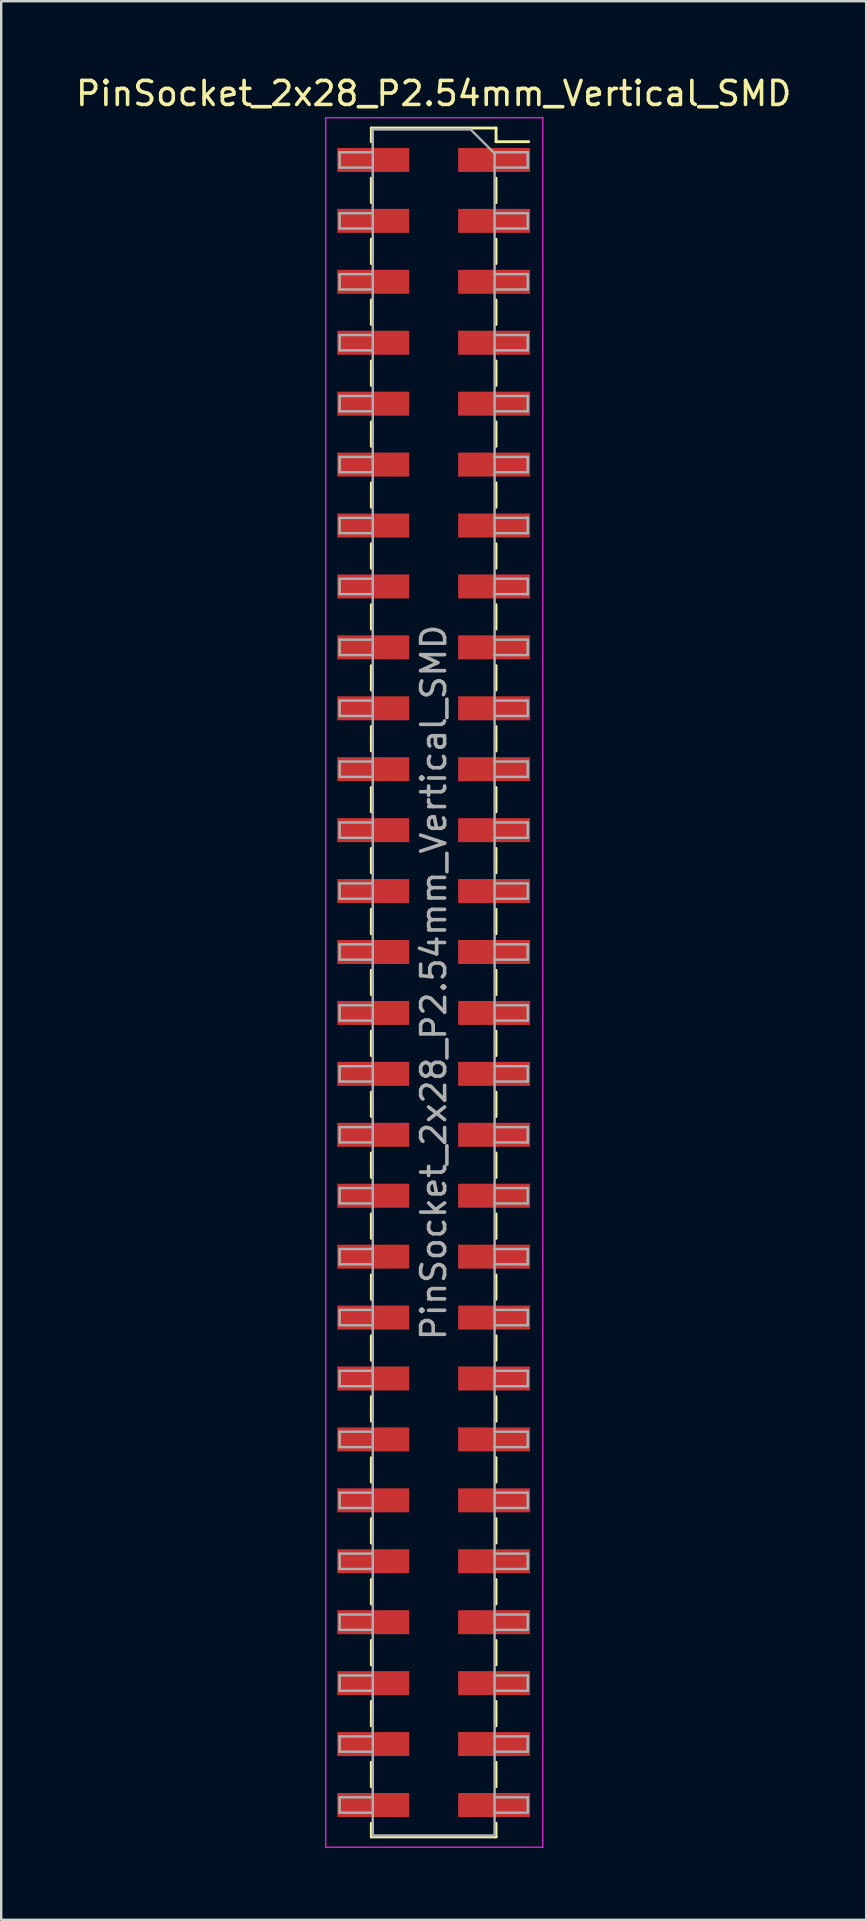
<source format=kicad_pcb>
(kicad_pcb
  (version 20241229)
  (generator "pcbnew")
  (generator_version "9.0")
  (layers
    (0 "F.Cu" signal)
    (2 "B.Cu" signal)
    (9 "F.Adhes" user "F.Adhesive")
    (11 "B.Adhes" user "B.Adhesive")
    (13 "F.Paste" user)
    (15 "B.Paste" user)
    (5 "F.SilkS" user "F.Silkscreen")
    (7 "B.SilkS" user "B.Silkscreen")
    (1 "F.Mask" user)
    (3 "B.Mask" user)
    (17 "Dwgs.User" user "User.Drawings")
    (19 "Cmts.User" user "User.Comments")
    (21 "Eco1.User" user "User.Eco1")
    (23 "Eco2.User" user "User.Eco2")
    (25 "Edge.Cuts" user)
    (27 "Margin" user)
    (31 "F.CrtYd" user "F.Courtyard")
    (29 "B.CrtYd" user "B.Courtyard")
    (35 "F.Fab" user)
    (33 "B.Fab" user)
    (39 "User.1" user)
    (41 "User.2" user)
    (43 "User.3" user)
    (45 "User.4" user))
  (footprint "PinSocket_2x28_P2.54mm_Vertical_SMD"
    (layer "F.Cu")
    (at 15.03 37.908)
    (property "Reference" "PinSocket_2x28_P2.54mm_Vertical_SMD" (at 0 -37.06 0) (layer "F.SilkS") (effects (font (size 1 1) (thickness 0.15))))
    (attr smd)
    (fp_line (start -2.6 -35.62) (end -2.6 -35.05) (stroke (width 0.12) (type solid)) (layer "F.SilkS"))
    (fp_line (start -2.6 -35.62) (end 2.6 -35.62) (stroke (width 0.12) (type solid)) (layer "F.SilkS"))
    (fp_line (start -2.6 -33.53) (end -2.6 -32.51) (stroke (width 0.12) (type solid)) (layer "F.SilkS"))
    (fp_line (start -2.6 -30.99) (end -2.6 -29.97) (stroke (width 0.12) (type solid)) (layer "F.SilkS"))
    (fp_line (start -2.6 -28.45) (end -2.6 -27.43) (stroke (width 0.12) (type solid)) (layer "F.SilkS"))
    (fp_line (start -2.6 -25.91) (end -2.6 -24.89) (stroke (width 0.12) (type solid)) (layer "F.SilkS"))
    (fp_line (start -2.6 -23.37) (end -2.6 -22.35) (stroke (width 0.12) (type solid)) (layer "F.SilkS"))
    (fp_line (start -2.6 -20.83) (end -2.6 -19.81) (stroke (width 0.12) (type solid)) (layer "F.SilkS"))
    (fp_line (start -2.6 -18.29) (end -2.6 -17.27) (stroke (width 0.12) (type solid)) (layer "F.SilkS"))
    (fp_line (start -2.6 -15.75) (end -2.6 -14.73) (stroke (width 0.12) (type solid)) (layer "F.SilkS"))
    (fp_line (start -2.6 -13.21) (end -2.6 -12.19) (stroke (width 0.12) (type solid)) (layer "F.SilkS"))
    (fp_line (start -2.6 -10.67) (end -2.6 -9.65) (stroke (width 0.12) (type solid)) (layer "F.SilkS"))
    (fp_line (start -2.6 -8.13) (end -2.6 -7.11) (stroke (width 0.12) (type solid)) (layer "F.SilkS"))
    (fp_line (start -2.6 -5.59) (end -2.6 -4.57) (stroke (width 0.12) (type solid)) (layer "F.SilkS"))
    (fp_line (start -2.6 -3.05) (end -2.6 -2.03) (stroke (width 0.12) (type solid)) (layer "F.SilkS"))
    (fp_line (start -2.6 -0.51) (end -2.6 0.51) (stroke (width 0.12) (type solid)) (layer "F.SilkS"))
    (fp_line (start -2.6 2.03) (end -2.6 3.05) (stroke (width 0.12) (type solid)) (layer "F.SilkS"))
    (fp_line (start -2.6 4.57) (end -2.6 5.59) (stroke (width 0.12) (type solid)) (layer "F.SilkS"))
    (fp_line (start -2.6 7.11) (end -2.6 8.13) (stroke (width 0.12) (type solid)) (layer "F.SilkS"))
    (fp_line (start -2.6 9.65) (end -2.6 10.67) (stroke (width 0.12) (type solid)) (layer "F.SilkS"))
    (fp_line (start -2.6 12.19) (end -2.6 13.21) (stroke (width 0.12) (type solid)) (layer "F.SilkS"))
    (fp_line (start -2.6 14.73) (end -2.6 15.75) (stroke (width 0.12) (type solid)) (layer "F.SilkS"))
    (fp_line (start -2.6 17.27) (end -2.6 18.29) (stroke (width 0.12) (type solid)) (layer "F.SilkS"))
    (fp_line (start -2.6 19.81) (end -2.6 20.83) (stroke (width 0.12) (type solid)) (layer "F.SilkS"))
    (fp_line (start -2.6 22.35) (end -2.6 23.37) (stroke (width 0.12) (type solid)) (layer "F.SilkS"))
    (fp_line (start -2.6 24.89) (end -2.6 25.91) (stroke (width 0.12) (type solid)) (layer "F.SilkS"))
    (fp_line (start -2.6 27.43) (end -2.6 28.45) (stroke (width 0.12) (type solid)) (layer "F.SilkS"))
    (fp_line (start -2.6 29.97) (end -2.6 30.99) (stroke (width 0.12) (type solid)) (layer "F.SilkS"))
    (fp_line (start -2.6 32.51) (end -2.6 33.53) (stroke (width 0.12) (type solid)) (layer "F.SilkS"))
    (fp_line (start -2.6 35.05) (end -2.6 35.62) (stroke (width 0.12) (type solid)) (layer "F.SilkS"))
    (fp_line (start -2.6 35.62) (end 2.6 35.62) (stroke (width 0.12) (type solid)) (layer "F.SilkS"))
    (fp_line (start 2.6 -35.62) (end 2.6 -35.05) (stroke (width 0.12) (type solid)) (layer "F.SilkS"))
    (fp_line (start 2.6 -35.05) (end 3.96 -35.05) (stroke (width 0.12) (type solid)) (layer "F.SilkS"))
    (fp_line (start 2.6 -33.53) (end 2.6 -32.51) (stroke (width 0.12) (type solid)) (layer "F.SilkS"))
    (fp_line (start 2.6 -30.99) (end 2.6 -29.97) (stroke (width 0.12) (type solid)) (layer "F.SilkS"))
    (fp_line (start 2.6 -28.45) (end 2.6 -27.43) (stroke (width 0.12) (type solid)) (layer "F.SilkS"))
    (fp_line (start 2.6 -25.91) (end 2.6 -24.89) (stroke (width 0.12) (type solid)) (layer "F.SilkS"))
    (fp_line (start 2.6 -23.37) (end 2.6 -22.35) (stroke (width 0.12) (type solid)) (layer "F.SilkS"))
    (fp_line (start 2.6 -20.83) (end 2.6 -19.81) (stroke (width 0.12) (type solid)) (layer "F.SilkS"))
    (fp_line (start 2.6 -18.29) (end 2.6 -17.27) (stroke (width 0.12) (type solid)) (layer "F.SilkS"))
    (fp_line (start 2.6 -15.75) (end 2.6 -14.73) (stroke (width 0.12) (type solid)) (layer "F.SilkS"))
    (fp_line (start 2.6 -13.21) (end 2.6 -12.19) (stroke (width 0.12) (type solid)) (layer "F.SilkS"))
    (fp_line (start 2.6 -10.67) (end 2.6 -9.65) (stroke (width 0.12) (type solid)) (layer "F.SilkS"))
    (fp_line (start 2.6 -8.13) (end 2.6 -7.11) (stroke (width 0.12) (type solid)) (layer "F.SilkS"))
    (fp_line (start 2.6 -5.59) (end 2.6 -4.57) (stroke (width 0.12) (type solid)) (layer "F.SilkS"))
    (fp_line (start 2.6 -3.05) (end 2.6 -2.03) (stroke (width 0.12) (type solid)) (layer "F.SilkS"))
    (fp_line (start 2.6 -0.51) (end 2.6 0.51) (stroke (width 0.12) (type solid)) (layer "F.SilkS"))
    (fp_line (start 2.6 2.03) (end 2.6 3.05) (stroke (width 0.12) (type solid)) (layer "F.SilkS"))
    (fp_line (start 2.6 4.57) (end 2.6 5.59) (stroke (width 0.12) (type solid)) (layer "F.SilkS"))
    (fp_line (start 2.6 7.11) (end 2.6 8.13) (stroke (width 0.12) (type solid)) (layer "F.SilkS"))
    (fp_line (start 2.6 9.65) (end 2.6 10.67) (stroke (width 0.12) (type solid)) (layer "F.SilkS"))
    (fp_line (start 2.6 12.19) (end 2.6 13.21) (stroke (width 0.12) (type solid)) (layer "F.SilkS"))
    (fp_line (start 2.6 14.73) (end 2.6 15.75) (stroke (width 0.12) (type solid)) (layer "F.SilkS"))
    (fp_line (start 2.6 17.27) (end 2.6 18.29) (stroke (width 0.12) (type solid)) (layer "F.SilkS"))
    (fp_line (start 2.6 19.81) (end 2.6 20.83) (stroke (width 0.12) (type solid)) (layer "F.SilkS"))
    (fp_line (start 2.6 22.35) (end 2.6 23.37) (stroke (width 0.12) (type solid)) (layer "F.SilkS"))
    (fp_line (start 2.6 24.89) (end 2.6 25.91) (stroke (width 0.12) (type solid)) (layer "F.SilkS"))
    (fp_line (start 2.6 27.43) (end 2.6 28.45) (stroke (width 0.12) (type solid)) (layer "F.SilkS"))
    (fp_line (start 2.6 29.97) (end 2.6 30.99) (stroke (width 0.12) (type solid)) (layer "F.SilkS"))
    (fp_line (start 2.6 32.51) (end 2.6 33.53) (stroke (width 0.12) (type solid)) (layer "F.SilkS"))
    (fp_line (start 2.6 35.05) (end 2.6 35.62) (stroke (width 0.12) (type solid)) (layer "F.SilkS"))
    (fp_line (start -4.5 -36.05) (end 4.55 -36.05) (stroke (width 0.05) (type solid)) (layer "F.CrtYd"))
    (fp_line (start -4.5 36.05) (end -4.5 -36.05) (stroke (width 0.05) (type solid)) (layer "F.CrtYd"))
    (fp_line (start 4.55 -36.05) (end 4.55 36.05) (stroke (width 0.05) (type solid)) (layer "F.CrtYd"))
    (fp_line (start 4.55 36.05) (end -4.5 36.05) (stroke (width 0.05) (type solid)) (layer "F.CrtYd"))
    (fp_line (start -3.92 -34.61) (end -2.54 -34.61) (stroke (width 0.1) (type solid)) (layer "F.Fab"))
    (fp_line (start -3.92 -33.97) (end -3.92 -34.61) (stroke (width 0.1) (type solid)) (layer "F.Fab"))
    (fp_line (start -3.92 -32.07) (end -2.54 -32.07) (stroke (width 0.1) (type solid)) (layer "F.Fab"))
    (fp_line (start -3.92 -31.43) (end -3.92 -32.07) (stroke (width 0.1) (type solid)) (layer "F.Fab"))
    (fp_line (start -3.92 -29.53) (end -2.54 -29.53) (stroke (width 0.1) (type solid)) (layer "F.Fab"))
    (fp_line (start -3.92 -28.89) (end -3.92 -29.53) (stroke (width 0.1) (type solid)) (layer "F.Fab"))
    (fp_line (start -3.92 -26.99) (end -2.54 -26.99) (stroke (width 0.1) (type solid)) (layer "F.Fab"))
    (fp_line (start -3.92 -26.35) (end -3.92 -26.99) (stroke (width 0.1) (type solid)) (layer "F.Fab"))
    (fp_line (start -3.92 -24.45) (end -2.54 -24.45) (stroke (width 0.1) (type solid)) (layer "F.Fab"))
    (fp_line (start -3.92 -23.81) (end -3.92 -24.45) (stroke (width 0.1) (type solid)) (layer "F.Fab"))
    (fp_line (start -3.92 -21.91) (end -2.54 -21.91) (stroke (width 0.1) (type solid)) (layer "F.Fab"))
    (fp_line (start -3.92 -21.27) (end -3.92 -21.91) (stroke (width 0.1) (type solid)) (layer "F.Fab"))
    (fp_line (start -3.92 -19.37) (end -2.54 -19.37) (stroke (width 0.1) (type solid)) (layer "F.Fab"))
    (fp_line (start -3.92 -18.73) (end -3.92 -19.37) (stroke (width 0.1) (type solid)) (layer "F.Fab"))
    (fp_line (start -3.92 -16.83) (end -2.54 -16.83) (stroke (width 0.1) (type solid)) (layer "F.Fab"))
    (fp_line (start -3.92 -16.19) (end -3.92 -16.83) (stroke (width 0.1) (type solid)) (layer "F.Fab"))
    (fp_line (start -3.92 -14.29) (end -2.54 -14.29) (stroke (width 0.1) (type solid)) (layer "F.Fab"))
    (fp_line (start -3.92 -13.65) (end -3.92 -14.29) (stroke (width 0.1) (type solid)) (layer "F.Fab"))
    (fp_line (start -3.92 -11.75) (end -2.54 -11.75) (stroke (width 0.1) (type solid)) (layer "F.Fab"))
    (fp_line (start -3.92 -11.11) (end -3.92 -11.75) (stroke (width 0.1) (type solid)) (layer "F.Fab"))
    (fp_line (start -3.92 -9.21) (end -2.54 -9.21) (stroke (width 0.1) (type solid)) (layer "F.Fab"))
    (fp_line (start -3.92 -8.57) (end -3.92 -9.21) (stroke (width 0.1) (type solid)) (layer "F.Fab"))
    (fp_line (start -3.92 -6.67) (end -2.54 -6.67) (stroke (width 0.1) (type solid)) (layer "F.Fab"))
    (fp_line (start -3.92 -6.03) (end -3.92 -6.67) (stroke (width 0.1) (type solid)) (layer "F.Fab"))
    (fp_line (start -3.92 -4.13) (end -2.54 -4.13) (stroke (width 0.1) (type solid)) (layer "F.Fab"))
    (fp_line (start -3.92 -3.49) (end -3.92 -4.13) (stroke (width 0.1) (type solid)) (layer "F.Fab"))
    (fp_line (start -3.92 -1.59) (end -2.54 -1.59) (stroke (width 0.1) (type solid)) (layer "F.Fab"))
    (fp_line (start -3.92 -0.95) (end -3.92 -1.59) (stroke (width 0.1) (type solid)) (layer "F.Fab"))
    (fp_line (start -3.92 0.95) (end -2.54 0.95) (stroke (width 0.1) (type solid)) (layer "F.Fab"))
    (fp_line (start -3.92 1.59) (end -3.92 0.95) (stroke (width 0.1) (type solid)) (layer "F.Fab"))
    (fp_line (start -3.92 3.49) (end -2.54 3.49) (stroke (width 0.1) (type solid)) (layer "F.Fab"))
    (fp_line (start -3.92 4.13) (end -3.92 3.49) (stroke (width 0.1) (type solid)) (layer "F.Fab"))
    (fp_line (start -3.92 6.03) (end -2.54 6.03) (stroke (width 0.1) (type solid)) (layer "F.Fab"))
    (fp_line (start -3.92 6.67) (end -3.92 6.03) (stroke (width 0.1) (type solid)) (layer "F.Fab"))
    (fp_line (start -3.92 8.57) (end -2.54 8.57) (stroke (width 0.1) (type solid)) (layer "F.Fab"))
    (fp_line (start -3.92 9.21) (end -3.92 8.57) (stroke (width 0.1) (type solid)) (layer "F.Fab"))
    (fp_line (start -3.92 11.11) (end -2.54 11.11) (stroke (width 0.1) (type solid)) (layer "F.Fab"))
    (fp_line (start -3.92 11.75) (end -3.92 11.11) (stroke (width 0.1) (type solid)) (layer "F.Fab"))
    (fp_line (start -3.92 13.65) (end -2.54 13.65) (stroke (width 0.1) (type solid)) (layer "F.Fab"))
    (fp_line (start -3.92 14.29) (end -3.92 13.65) (stroke (width 0.1) (type solid)) (layer "F.Fab"))
    (fp_line (start -3.92 16.19) (end -2.54 16.19) (stroke (width 0.1) (type solid)) (layer "F.Fab"))
    (fp_line (start -3.92 16.83) (end -3.92 16.19) (stroke (width 0.1) (type solid)) (layer "F.Fab"))
    (fp_line (start -3.92 18.73) (end -2.54 18.73) (stroke (width 0.1) (type solid)) (layer "F.Fab"))
    (fp_line (start -3.92 19.37) (end -3.92 18.73) (stroke (width 0.1) (type solid)) (layer "F.Fab"))
    (fp_line (start -3.92 21.27) (end -2.54 21.27) (stroke (width 0.1) (type solid)) (layer "F.Fab"))
    (fp_line (start -3.92 21.91) (end -3.92 21.27) (stroke (width 0.1) (type solid)) (layer "F.Fab"))
    (fp_line (start -3.92 23.81) (end -2.54 23.81) (stroke (width 0.1) (type solid)) (layer "F.Fab"))
    (fp_line (start -3.92 24.45) (end -3.92 23.81) (stroke (width 0.1) (type solid)) (layer "F.Fab"))
    (fp_line (start -3.92 26.35) (end -2.54 26.35) (stroke (width 0.1) (type solid)) (layer "F.Fab"))
    (fp_line (start -3.92 26.99) (end -3.92 26.35) (stroke (width 0.1) (type solid)) (layer "F.Fab"))
    (fp_line (start -3.92 28.89) (end -2.54 28.89) (stroke (width 0.1) (type solid)) (layer "F.Fab"))
    (fp_line (start -3.92 29.53) (end -3.92 28.89) (stroke (width 0.1) (type solid)) (layer "F.Fab"))
    (fp_line (start -3.92 31.43) (end -2.54 31.43) (stroke (width 0.1) (type solid)) (layer "F.Fab"))
    (fp_line (start -3.92 32.07) (end -3.92 31.43) (stroke (width 0.1) (type solid)) (layer "F.Fab"))
    (fp_line (start -3.92 33.97) (end -2.54 33.97) (stroke (width 0.1) (type solid)) (layer "F.Fab"))
    (fp_line (start -3.92 34.61) (end -3.92 33.97) (stroke (width 0.1) (type solid)) (layer "F.Fab"))
    (fp_line (start -2.54 -35.56) (end 1.54 -35.56) (stroke (width 0.1) (type solid)) (layer "F.Fab"))
    (fp_line (start -2.54 -33.97) (end -3.92 -33.97) (stroke (width 0.1) (type solid)) (layer "F.Fab"))
    (fp_line (start -2.54 -31.43) (end -3.92 -31.43) (stroke (width 0.1) (type solid)) (layer "F.Fab"))
    (fp_line (start -2.54 -28.89) (end -3.92 -28.89) (stroke (width 0.1) (type solid)) (layer "F.Fab"))
    (fp_line (start -2.54 -26.35) (end -3.92 -26.35) (stroke (width 0.1) (type solid)) (layer "F.Fab"))
    (fp_line (start -2.54 -23.81) (end -3.92 -23.81) (stroke (width 0.1) (type solid)) (layer "F.Fab"))
    (fp_line (start -2.54 -21.27) (end -3.92 -21.27) (stroke (width 0.1) (type solid)) (layer "F.Fab"))
    (fp_line (start -2.54 -18.73) (end -3.92 -18.73) (stroke (width 0.1) (type solid)) (layer "F.Fab"))
    (fp_line (start -2.54 -16.19) (end -3.92 -16.19) (stroke (width 0.1) (type solid)) (layer "F.Fab"))
    (fp_line (start -2.54 -13.65) (end -3.92 -13.65) (stroke (width 0.1) (type solid)) (layer "F.Fab"))
    (fp_line (start -2.54 -11.11) (end -3.92 -11.11) (stroke (width 0.1) (type solid)) (layer "F.Fab"))
    (fp_line (start -2.54 -8.57) (end -3.92 -8.57) (stroke (width 0.1) (type solid)) (layer "F.Fab"))
    (fp_line (start -2.54 -6.03) (end -3.92 -6.03) (stroke (width 0.1) (type solid)) (layer "F.Fab"))
    (fp_line (start -2.54 -3.49) (end -3.92 -3.49) (stroke (width 0.1) (type solid)) (layer "F.Fab"))
    (fp_line (start -2.54 -0.95) (end -3.92 -0.95) (stroke (width 0.1) (type solid)) (layer "F.Fab"))
    (fp_line (start -2.54 1.59) (end -3.92 1.59) (stroke (width 0.1) (type solid)) (layer "F.Fab"))
    (fp_line (start -2.54 4.13) (end -3.92 4.13) (stroke (width 0.1) (type solid)) (layer "F.Fab"))
    (fp_line (start -2.54 6.67) (end -3.92 6.67) (stroke (width 0.1) (type solid)) (layer "F.Fab"))
    (fp_line (start -2.54 9.21) (end -3.92 9.21) (stroke (width 0.1) (type solid)) (layer "F.Fab"))
    (fp_line (start -2.54 11.75) (end -3.92 11.75) (stroke (width 0.1) (type solid)) (layer "F.Fab"))
    (fp_line (start -2.54 14.29) (end -3.92 14.29) (stroke (width 0.1) (type solid)) (layer "F.Fab"))
    (fp_line (start -2.54 16.83) (end -3.92 16.83) (stroke (width 0.1) (type solid)) (layer "F.Fab"))
    (fp_line (start -2.54 19.37) (end -3.92 19.37) (stroke (width 0.1) (type solid)) (layer "F.Fab"))
    (fp_line (start -2.54 21.91) (end -3.92 21.91) (stroke (width 0.1) (type solid)) (layer "F.Fab"))
    (fp_line (start -2.54 24.45) (end -3.92 24.45) (stroke (width 0.1) (type solid)) (layer "F.Fab"))
    (fp_line (start -2.54 26.99) (end -3.92 26.99) (stroke (width 0.1) (type solid)) (layer "F.Fab"))
    (fp_line (start -2.54 29.53) (end -3.92 29.53) (stroke (width 0.1) (type solid)) (layer "F.Fab"))
    (fp_line (start -2.54 32.07) (end -3.92 32.07) (stroke (width 0.1) (type solid)) (layer "F.Fab"))
    (fp_line (start -2.54 34.61) (end -3.92 34.61) (stroke (width 0.1) (type solid)) (layer "F.Fab"))
    (fp_line (start -2.54 35.56) (end -2.54 -35.56) (stroke (width 0.1) (type solid)) (layer "F.Fab"))
    (fp_line (start 1.54 -35.56) (end 2.54 -34.56) (stroke (width 0.1) (type solid)) (layer "F.Fab"))
    (fp_line (start 2.54 -34.61) (end 3.92 -34.61) (stroke (width 0.1) (type solid)) (layer "F.Fab"))
    (fp_line (start 2.54 -34.56) (end 2.54 35.56) (stroke (width 0.1) (type solid)) (layer "F.Fab"))
    (fp_line (start 2.54 -32.07) (end 3.92 -32.07) (stroke (width 0.1) (type solid)) (layer "F.Fab"))
    (fp_line (start 2.54 -29.53) (end 3.92 -29.53) (stroke (width 0.1) (type solid)) (layer "F.Fab"))
    (fp_line (start 2.54 -26.99) (end 3.92 -26.99) (stroke (width 0.1) (type solid)) (layer "F.Fab"))
    (fp_line (start 2.54 -24.45) (end 3.92 -24.45) (stroke (width 0.1) (type solid)) (layer "F.Fab"))
    (fp_line (start 2.54 -21.91) (end 3.92 -21.91) (stroke (width 0.1) (type solid)) (layer "F.Fab"))
    (fp_line (start 2.54 -19.37) (end 3.92 -19.37) (stroke (width 0.1) (type solid)) (layer "F.Fab"))
    (fp_line (start 2.54 -16.83) (end 3.92 -16.83) (stroke (width 0.1) (type solid)) (layer "F.Fab"))
    (fp_line (start 2.54 -14.29) (end 3.92 -14.29) (stroke (width 0.1) (type solid)) (layer "F.Fab"))
    (fp_line (start 2.54 -11.75) (end 3.92 -11.75) (stroke (width 0.1) (type solid)) (layer "F.Fab"))
    (fp_line (start 2.54 -9.21) (end 3.92 -9.21) (stroke (width 0.1) (type solid)) (layer "F.Fab"))
    (fp_line (start 2.54 -6.67) (end 3.92 -6.67) (stroke (width 0.1) (type solid)) (layer "F.Fab"))
    (fp_line (start 2.54 -4.13) (end 3.92 -4.13) (stroke (width 0.1) (type solid)) (layer "F.Fab"))
    (fp_line (start 2.54 -1.59) (end 3.92 -1.59) (stroke (width 0.1) (type solid)) (layer "F.Fab"))
    (fp_line (start 2.54 0.95) (end 3.92 0.95) (stroke (width 0.1) (type solid)) (layer "F.Fab"))
    (fp_line (start 2.54 3.49) (end 3.92 3.49) (stroke (width 0.1) (type solid)) (layer "F.Fab"))
    (fp_line (start 2.54 6.03) (end 3.92 6.03) (stroke (width 0.1) (type solid)) (layer "F.Fab"))
    (fp_line (start 2.54 8.57) (end 3.92 8.57) (stroke (width 0.1) (type solid)) (layer "F.Fab"))
    (fp_line (start 2.54 11.11) (end 3.92 11.11) (stroke (width 0.1) (type solid)) (layer "F.Fab"))
    (fp_line (start 2.54 13.65) (end 3.92 13.65) (stroke (width 0.1) (type solid)) (layer "F.Fab"))
    (fp_line (start 2.54 16.19) (end 3.92 16.19) (stroke (width 0.1) (type solid)) (layer "F.Fab"))
    (fp_line (start 2.54 18.73) (end 3.92 18.73) (stroke (width 0.1) (type solid)) (layer "F.Fab"))
    (fp_line (start 2.54 21.27) (end 3.92 21.27) (stroke (width 0.1) (type solid)) (layer "F.Fab"))
    (fp_line (start 2.54 23.81) (end 3.92 23.81) (stroke (width 0.1) (type solid)) (layer "F.Fab"))
    (fp_line (start 2.54 26.35) (end 3.92 26.35) (stroke (width 0.1) (type solid)) (layer "F.Fab"))
    (fp_line (start 2.54 28.89) (end 3.92 28.89) (stroke (width 0.1) (type solid)) (layer "F.Fab"))
    (fp_line (start 2.54 31.43) (end 3.92 31.43) (stroke (width 0.1) (type solid)) (layer "F.Fab"))
    (fp_line (start 2.54 33.97) (end 3.92 33.97) (stroke (width 0.1) (type solid)) (layer "F.Fab"))
    (fp_line (start 2.54 35.56) (end -2.54 35.56) (stroke (width 0.1) (type solid)) (layer "F.Fab"))
    (fp_line (start 3.92 -34.61) (end 3.92 -33.97) (stroke (width 0.1) (type solid)) (layer "F.Fab"))
    (fp_line (start 3.92 -33.97) (end 2.54 -33.97) (stroke (width 0.1) (type solid)) (layer "F.Fab"))
    (fp_line (start 3.92 -32.07) (end 3.92 -31.43) (stroke (width 0.1) (type solid)) (layer "F.Fab"))
    (fp_line (start 3.92 -31.43) (end 2.54 -31.43) (stroke (width 0.1) (type solid)) (layer "F.Fab"))
    (fp_line (start 3.92 -29.53) (end 3.92 -28.89) (stroke (width 0.1) (type solid)) (layer "F.Fab"))
    (fp_line (start 3.92 -28.89) (end 2.54 -28.89) (stroke (width 0.1) (type solid)) (layer "F.Fab"))
    (fp_line (start 3.92 -26.99) (end 3.92 -26.35) (stroke (width 0.1) (type solid)) (layer "F.Fab"))
    (fp_line (start 3.92 -26.35) (end 2.54 -26.35) (stroke (width 0.1) (type solid)) (layer "F.Fab"))
    (fp_line (start 3.92 -24.45) (end 3.92 -23.81) (stroke (width 0.1) (type solid)) (layer "F.Fab"))
    (fp_line (start 3.92 -23.81) (end 2.54 -23.81) (stroke (width 0.1) (type solid)) (layer "F.Fab"))
    (fp_line (start 3.92 -21.91) (end 3.92 -21.27) (stroke (width 0.1) (type solid)) (layer "F.Fab"))
    (fp_line (start 3.92 -21.27) (end 2.54 -21.27) (stroke (width 0.1) (type solid)) (layer "F.Fab"))
    (fp_line (start 3.92 -19.37) (end 3.92 -18.73) (stroke (width 0.1) (type solid)) (layer "F.Fab"))
    (fp_line (start 3.92 -18.73) (end 2.54 -18.73) (stroke (width 0.1) (type solid)) (layer "F.Fab"))
    (fp_line (start 3.92 -16.83) (end 3.92 -16.19) (stroke (width 0.1) (type solid)) (layer "F.Fab"))
    (fp_line (start 3.92 -16.19) (end 2.54 -16.19) (stroke (width 0.1) (type solid)) (layer "F.Fab"))
    (fp_line (start 3.92 -14.29) (end 3.92 -13.65) (stroke (width 0.1) (type solid)) (layer "F.Fab"))
    (fp_line (start 3.92 -13.65) (end 2.54 -13.65) (stroke (width 0.1) (type solid)) (layer "F.Fab"))
    (fp_line (start 3.92 -11.75) (end 3.92 -11.11) (stroke (width 0.1) (type solid)) (layer "F.Fab"))
    (fp_line (start 3.92 -11.11) (end 2.54 -11.11) (stroke (width 0.1) (type solid)) (layer "F.Fab"))
    (fp_line (start 3.92 -9.21) (end 3.92 -8.57) (stroke (width 0.1) (type solid)) (layer "F.Fab"))
    (fp_line (start 3.92 -8.57) (end 2.54 -8.57) (stroke (width 0.1) (type solid)) (layer "F.Fab"))
    (fp_line (start 3.92 -6.67) (end 3.92 -6.03) (stroke (width 0.1) (type solid)) (layer "F.Fab"))
    (fp_line (start 3.92 -6.03) (end 2.54 -6.03) (stroke (width 0.1) (type solid)) (layer "F.Fab"))
    (fp_line (start 3.92 -4.13) (end 3.92 -3.49) (stroke (width 0.1) (type solid)) (layer "F.Fab"))
    (fp_line (start 3.92 -3.49) (end 2.54 -3.49) (stroke (width 0.1) (type solid)) (layer "F.Fab"))
    (fp_line (start 3.92 -1.59) (end 3.92 -0.95) (stroke (width 0.1) (type solid)) (layer "F.Fab"))
    (fp_line (start 3.92 -0.95) (end 2.54 -0.95) (stroke (width 0.1) (type solid)) (layer "F.Fab"))
    (fp_line (start 3.92 0.95) (end 3.92 1.59) (stroke (width 0.1) (type solid)) (layer "F.Fab"))
    (fp_line (start 3.92 1.59) (end 2.54 1.59) (stroke (width 0.1) (type solid)) (layer "F.Fab"))
    (fp_line (start 3.92 3.49) (end 3.92 4.13) (stroke (width 0.1) (type solid)) (layer "F.Fab"))
    (fp_line (start 3.92 4.13) (end 2.54 4.13) (stroke (width 0.1) (type solid)) (layer "F.Fab"))
    (fp_line (start 3.92 6.03) (end 3.92 6.67) (stroke (width 0.1) (type solid)) (layer "F.Fab"))
    (fp_line (start 3.92 6.67) (end 2.54 6.67) (stroke (width 0.1) (type solid)) (layer "F.Fab"))
    (fp_line (start 3.92 8.57) (end 3.92 9.21) (stroke (width 0.1) (type solid)) (layer "F.Fab"))
    (fp_line (start 3.92 9.21) (end 2.54 9.21) (stroke (width 0.1) (type solid)) (layer "F.Fab"))
    (fp_line (start 3.92 11.11) (end 3.92 11.75) (stroke (width 0.1) (type solid)) (layer "F.Fab"))
    (fp_line (start 3.92 11.75) (end 2.54 11.75) (stroke (width 0.1) (type solid)) (layer "F.Fab"))
    (fp_line (start 3.92 13.65) (end 3.92 14.29) (stroke (width 0.1) (type solid)) (layer "F.Fab"))
    (fp_line (start 3.92 14.29) (end 2.54 14.29) (stroke (width 0.1) (type solid)) (layer "F.Fab"))
    (fp_line (start 3.92 16.19) (end 3.92 16.83) (stroke (width 0.1) (type solid)) (layer "F.Fab"))
    (fp_line (start 3.92 16.83) (end 2.54 16.83) (stroke (width 0.1) (type solid)) (layer "F.Fab"))
    (fp_line (start 3.92 18.73) (end 3.92 19.37) (stroke (width 0.1) (type solid)) (layer "F.Fab"))
    (fp_line (start 3.92 19.37) (end 2.54 19.37) (stroke (width 0.1) (type solid)) (layer "F.Fab"))
    (fp_line (start 3.92 21.27) (end 3.92 21.91) (stroke (width 0.1) (type solid)) (layer "F.Fab"))
    (fp_line (start 3.92 21.91) (end 2.54 21.91) (stroke (width 0.1) (type solid)) (layer "F.Fab"))
    (fp_line (start 3.92 23.81) (end 3.92 24.45) (stroke (width 0.1) (type solid)) (layer "F.Fab"))
    (fp_line (start 3.92 24.45) (end 2.54 24.45) (stroke (width 0.1) (type solid)) (layer "F.Fab"))
    (fp_line (start 3.92 26.35) (end 3.92 26.99) (stroke (width 0.1) (type solid)) (layer "F.Fab"))
    (fp_line (start 3.92 26.99) (end 2.54 26.99) (stroke (width 0.1) (type solid)) (layer "F.Fab"))
    (fp_line (start 3.92 28.89) (end 3.92 29.53) (stroke (width 0.1) (type solid)) (layer "F.Fab"))
    (fp_line (start 3.92 29.53) (end 2.54 29.53) (stroke (width 0.1) (type solid)) (layer "F.Fab"))
    (fp_line (start 3.92 31.43) (end 3.92 32.07) (stroke (width 0.1) (type solid)) (layer "F.Fab"))
    (fp_line (start 3.92 32.07) (end 2.54 32.07) (stroke (width 0.1) (type solid)) (layer "F.Fab"))
    (fp_line (start 3.92 33.97) (end 3.92 34.61) (stroke (width 0.1) (type solid)) (layer "F.Fab"))
    (fp_line (start 3.92 34.61) (end 2.54 34.61) (stroke (width 0.1) (type solid)) (layer "F.Fab"))
    (fp_text user "${REFERENCE}" (at 0 0 90) (layer "F.Fab") (effects (font (size 1 1) (thickness 0.15))))
    (pad "1" smd rect (at 2.52 -34.29) (size 3 1) (layers "F.Cu" "F.Mask" "F.Paste"))
    (pad "2" smd rect (at -2.52 -34.29) (size 3 1) (layers "F.Cu" "F.Mask" "F.Paste"))
    (pad "3" smd rect (at 2.52 -31.75) (size 3 1) (layers "F.Cu" "F.Mask" "F.Paste"))
    (pad "4" smd rect (at -2.52 -31.75) (size 3 1) (layers "F.Cu" "F.Mask" "F.Paste"))
    (pad "5" smd rect (at 2.52 -29.21) (size 3 1) (layers "F.Cu" "F.Mask" "F.Paste"))
    (pad "6" smd rect (at -2.52 -29.21) (size 3 1) (layers "F.Cu" "F.Mask" "F.Paste"))
    (pad "7" smd rect (at 2.52 -26.67) (size 3 1) (layers "F.Cu" "F.Mask" "F.Paste"))
    (pad "8" smd rect (at -2.52 -26.67) (size 3 1) (layers "F.Cu" "F.Mask" "F.Paste"))
    (pad "9" smd rect (at 2.52 -24.13) (size 3 1) (layers "F.Cu" "F.Mask" "F.Paste"))
    (pad "10" smd rect (at -2.52 -24.13) (size 3 1) (layers "F.Cu" "F.Mask" "F.Paste"))
    (pad "11" smd rect (at 2.52 -21.59) (size 3 1) (layers "F.Cu" "F.Mask" "F.Paste"))
    (pad "12" smd rect (at -2.52 -21.59) (size 3 1) (layers "F.Cu" "F.Mask" "F.Paste"))
    (pad "13" smd rect (at 2.52 -19.05) (size 3 1) (layers "F.Cu" "F.Mask" "F.Paste"))
    (pad "14" smd rect (at -2.52 -19.05) (size 3 1) (layers "F.Cu" "F.Mask" "F.Paste"))
    (pad "15" smd rect (at 2.52 -16.51) (size 3 1) (layers "F.Cu" "F.Mask" "F.Paste"))
    (pad "16" smd rect (at -2.52 -16.51) (size 3 1) (layers "F.Cu" "F.Mask" "F.Paste"))
    (pad "17" smd rect (at 2.52 -13.97) (size 3 1) (layers "F.Cu" "F.Mask" "F.Paste"))
    (pad "18" smd rect (at -2.52 -13.97) (size 3 1) (layers "F.Cu" "F.Mask" "F.Paste"))
    (pad "19" smd rect (at 2.52 -11.43) (size 3 1) (layers "F.Cu" "F.Mask" "F.Paste"))
    (pad "20" smd rect (at -2.52 -11.43) (size 3 1) (layers "F.Cu" "F.Mask" "F.Paste"))
    (pad "21" smd rect (at 2.52 -8.89) (size 3 1) (layers "F.Cu" "F.Mask" "F.Paste"))
    (pad "22" smd rect (at -2.52 -8.89) (size 3 1) (layers "F.Cu" "F.Mask" "F.Paste"))
    (pad "23" smd rect (at 2.52 -6.35) (size 3 1) (layers "F.Cu" "F.Mask" "F.Paste"))
    (pad "24" smd rect (at -2.52 -6.35) (size 3 1) (layers "F.Cu" "F.Mask" "F.Paste"))
    (pad "25" smd rect (at 2.52 -3.81) (size 3 1) (layers "F.Cu" "F.Mask" "F.Paste"))
    (pad "26" smd rect (at -2.52 -3.81) (size 3 1) (layers "F.Cu" "F.Mask" "F.Paste"))
    (pad "27" smd rect (at 2.52 -1.27) (size 3 1) (layers "F.Cu" "F.Mask" "F.Paste"))
    (pad "28" smd rect (at -2.52 -1.27) (size 3 1) (layers "F.Cu" "F.Mask" "F.Paste"))
    (pad "29" smd rect (at 2.52 1.27) (size 3 1) (layers "F.Cu" "F.Mask" "F.Paste"))
    (pad "30" smd rect (at -2.52 1.27) (size 3 1) (layers "F.Cu" "F.Mask" "F.Paste"))
    (pad "31" smd rect (at 2.52 3.81) (size 3 1) (layers "F.Cu" "F.Mask" "F.Paste"))
    (pad "32" smd rect (at -2.52 3.81) (size 3 1) (layers "F.Cu" "F.Mask" "F.Paste"))
    (pad "33" smd rect (at 2.52 6.35) (size 3 1) (layers "F.Cu" "F.Mask" "F.Paste"))
    (pad "34" smd rect (at -2.52 6.35) (size 3 1) (layers "F.Cu" "F.Mask" "F.Paste"))
    (pad "35" smd rect (at 2.52 8.89) (size 3 1) (layers "F.Cu" "F.Mask" "F.Paste"))
    (pad "36" smd rect (at -2.52 8.89) (size 3 1) (layers "F.Cu" "F.Mask" "F.Paste"))
    (pad "37" smd rect (at 2.52 11.43) (size 3 1) (layers "F.Cu" "F.Mask" "F.Paste"))
    (pad "38" smd rect (at -2.52 11.43) (size 3 1) (layers "F.Cu" "F.Mask" "F.Paste"))
    (pad "39" smd rect (at 2.52 13.97) (size 3 1) (layers "F.Cu" "F.Mask" "F.Paste"))
    (pad "40" smd rect (at -2.52 13.97) (size 3 1) (layers "F.Cu" "F.Mask" "F.Paste"))
    (pad "41" smd rect (at 2.52 16.51) (size 3 1) (layers "F.Cu" "F.Mask" "F.Paste"))
    (pad "42" smd rect (at -2.52 16.51) (size 3 1) (layers "F.Cu" "F.Mask" "F.Paste"))
    (pad "43" smd rect (at 2.52 19.05) (size 3 1) (layers "F.Cu" "F.Mask" "F.Paste"))
    (pad "44" smd rect (at -2.52 19.05) (size 3 1) (layers "F.Cu" "F.Mask" "F.Paste"))
    (pad "45" smd rect (at 2.52 21.59) (size 3 1) (layers "F.Cu" "F.Mask" "F.Paste"))
    (pad "46" smd rect (at -2.52 21.59) (size 3 1) (layers "F.Cu" "F.Mask" "F.Paste"))
    (pad "47" smd rect (at 2.52 24.13) (size 3 1) (layers "F.Cu" "F.Mask" "F.Paste"))
    (pad "48" smd rect (at -2.52 24.13) (size 3 1) (layers "F.Cu" "F.Mask" "F.Paste"))
    (pad "49" smd rect (at 2.52 26.67) (size 3 1) (layers "F.Cu" "F.Mask" "F.Paste"))
    (pad "50" smd rect (at -2.52 26.67) (size 3 1) (layers "F.Cu" "F.Mask" "F.Paste"))
    (pad "51" smd rect (at 2.52 29.21) (size 3 1) (layers "F.Cu" "F.Mask" "F.Paste"))
    (pad "52" smd rect (at -2.52 29.21) (size 3 1) (layers "F.Cu" "F.Mask" "F.Paste"))
    (pad "53" smd rect (at 2.52 31.75) (size 3 1) (layers "F.Cu" "F.Mask" "F.Paste"))
    (pad "54" smd rect (at -2.52 31.75) (size 3 1) (layers "F.Cu" "F.Mask" "F.Paste"))
    (pad "55" smd rect (at 2.52 34.29) (size 3 1) (layers "F.Cu" "F.Mask" "F.Paste"))
    (pad "56" smd rect (at -2.52 34.29) (size 3 1) (layers "F.Cu" "F.Mask" "F.Paste")))
  (gr_rect
    (start -3 -3)
    (end 33.06 76.983)
    (stroke (width 0.1) (type default))
    (fill no)
    (layer "Edge.Cuts")))
</source>
